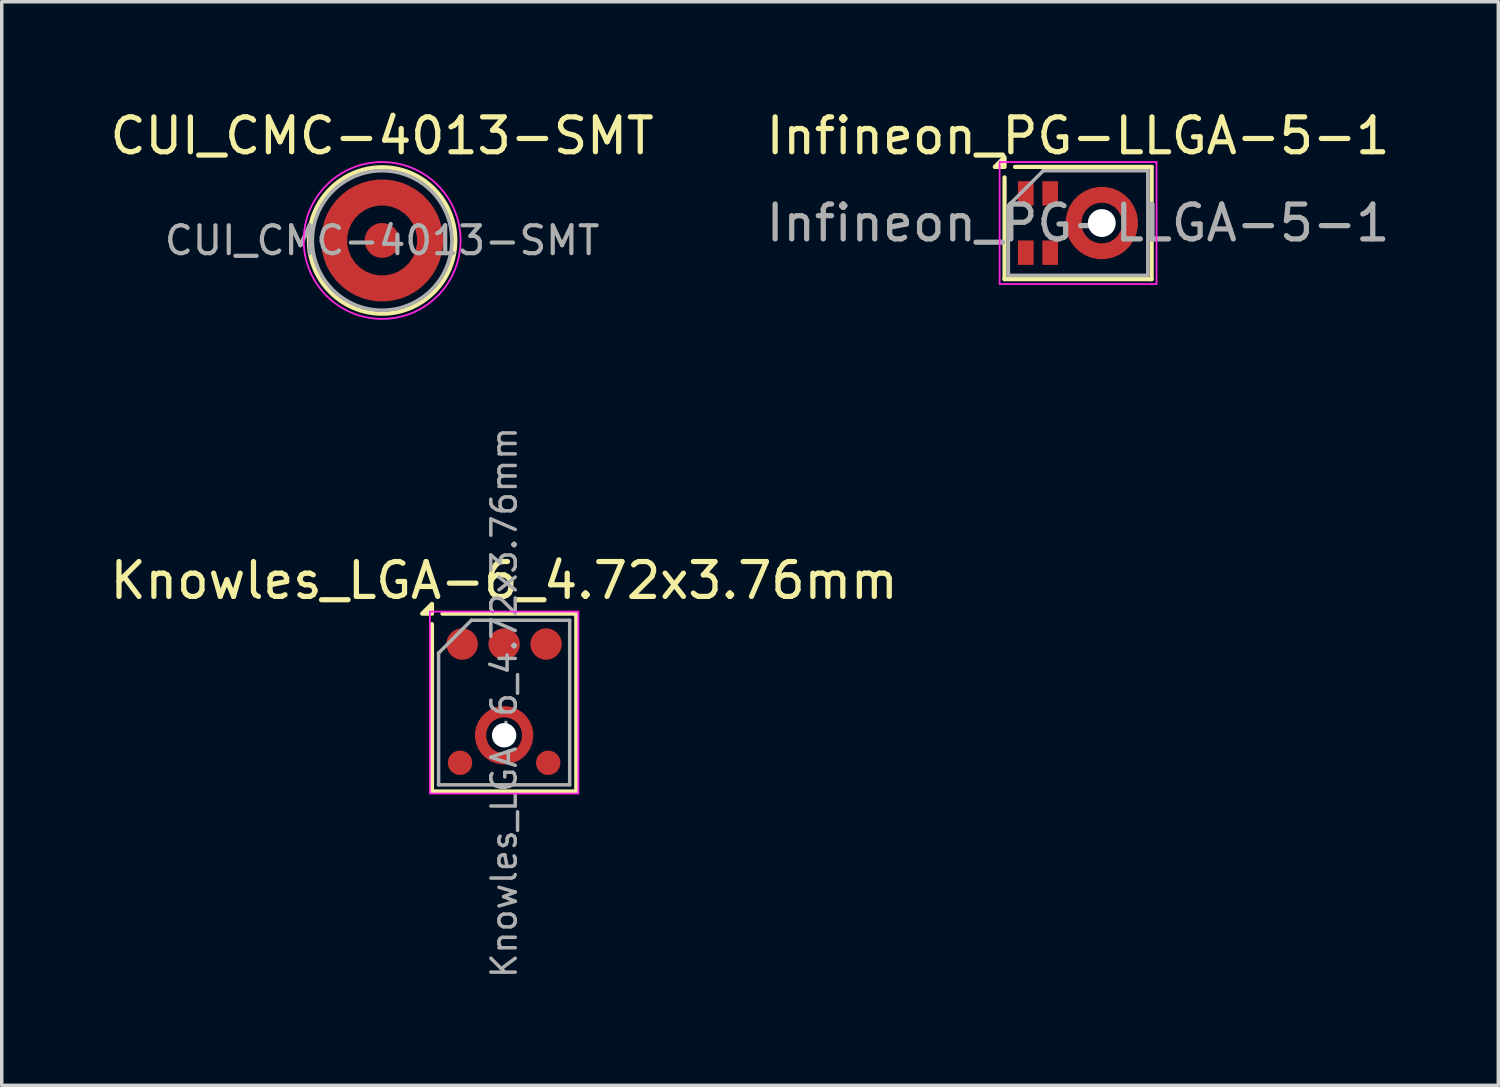
<source format=kicad_pcb>
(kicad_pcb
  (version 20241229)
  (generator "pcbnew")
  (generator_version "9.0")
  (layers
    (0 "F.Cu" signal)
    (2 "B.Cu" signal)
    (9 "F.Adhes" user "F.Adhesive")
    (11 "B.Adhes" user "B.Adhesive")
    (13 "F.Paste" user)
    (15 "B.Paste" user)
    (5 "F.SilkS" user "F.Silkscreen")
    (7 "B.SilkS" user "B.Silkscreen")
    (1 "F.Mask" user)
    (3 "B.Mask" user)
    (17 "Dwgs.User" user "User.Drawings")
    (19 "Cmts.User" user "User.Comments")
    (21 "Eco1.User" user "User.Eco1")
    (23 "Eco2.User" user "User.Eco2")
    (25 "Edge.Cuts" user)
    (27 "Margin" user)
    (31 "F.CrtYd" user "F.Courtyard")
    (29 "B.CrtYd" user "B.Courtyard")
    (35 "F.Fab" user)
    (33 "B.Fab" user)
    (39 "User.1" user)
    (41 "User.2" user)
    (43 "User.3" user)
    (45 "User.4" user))
  (footprint "CUI_CMC-4013-SMT"
    (layer "F.Cu")
    (at 7.911 3.848)
    (property "Reference" "CUI_CMC-4013-SMT" (at 0 -3 0) (layer "F.SilkS") (effects (font (size 1 1) (thickness 0.15))))
    (attr smd)
    (fp_circle (center 0 0) (end 2.1 0) (stroke (width 0.12) (type solid)) (fill no) (layer "F.SilkS"))
    (fp_circle (center 0 0) (end 2.25 0) (stroke (width 0.05) (type solid)) (fill no) (layer "F.CrtYd"))
    (fp_circle (center 0 0) (end 2 0) (stroke (width 0.1) (type solid)) (fill no) (layer "F.Fab"))
    (fp_text user "${REFERENCE}" (at 0 0 0) (layer "F.Fab") (effects (font (size 0.8 0.8) (thickness 0.12))))
    (pad "1" smd custom (at 0 -1.375) (size 0.75 0.75) (layers "F.Cu" "F.Mask" "F.Paste") (options (anchor circle)) (primitives (gr_circle (center 0 1.375) (end 1.375 1.375) (width 0.75) (fill no))))
    (pad "2" smd circle (at 0 0) (size 1 1) (layers "F.Cu" "F.Mask" "F.Paste")))
  (footprint "Infineon_PG-LLGA-5-1"
    (layer "F.Cu")
    (at 27.875 3.348)
    (property "Reference" "Infineon_PG-LLGA-5-1" (at 0 -2.5 0) (layer "F.SilkS") (effects (font (size 1 1) (thickness 0.15))))
    (attr smd)
    (fp_line (start -2.11 1.61) (end -2.11 -1.31) (stroke (width 0.12) (type solid)) (layer "F.SilkS"))
    (fp_line (start -1.81 -1.61) (end 2.11 -1.61) (stroke (width 0.12) (type solid)) (layer "F.SilkS"))
    (fp_line (start 2.11 -1.61) (end 2.11 1.61) (stroke (width 0.12) (type solid)) (layer "F.SilkS"))
    (fp_line (start 2.11 1.61) (end -2.11 1.61) (stroke (width 0.12) (type solid)) (layer "F.SilkS"))
    (fp_poly (pts (xy -2.11 -1.61) (xy -2.39 -1.61) (xy -2.11 -1.89) (xy -2.11 -1.61)) (stroke (width 0.12) (type solid)) (fill yes) (layer "F.SilkS"))
    (fp_line (start -2.25 -1.75) (end 2.25 -1.75) (stroke (width 0.05) (type solid)) (layer "F.CrtYd"))
    (fp_line (start -2.25 1.75) (end -2.25 -1.75) (stroke (width 0.05) (type solid)) (layer "F.CrtYd"))
    (fp_line (start 2.25 -1.75) (end 2.25 1.75) (stroke (width 0.05) (type solid)) (layer "F.CrtYd"))
    (fp_line (start 2.25 1.75) (end -2.25 1.75) (stroke (width 0.05) (type solid)) (layer "F.CrtYd"))
    (fp_line (start -2 -0.5) (end -1 -1.5) (stroke (width 0.1) (type solid)) (layer "F.Fab"))
    (fp_line (start -2 1.5) (end -2 -0.5) (stroke (width 0.1) (type solid)) (layer "F.Fab"))
    (fp_line (start -1 -1.5) (end 2 -1.5) (stroke (width 0.1) (type solid)) (layer "F.Fab"))
    (fp_line (start 2 -1.5) (end 2 1.5) (stroke (width 0.1) (type solid)) (layer "F.Fab"))
    (fp_line (start 2 1.5) (end -2 1.5) (stroke (width 0.1) (type solid)) (layer "F.Fab"))
    (fp_text user "${REFERENCE}" (at 0 0 0) (layer "F.Fab") (effects (font (size 1 1) (thickness 0.15))))
    (pad "" smd custom (at -1.5 -0.725) (size 0.3 0.3) (layers "F.Paste") (options (anchor circle)) (primitives (gr_poly (pts (xy 0.077 -0.435) (xy 0.141 -0.391) (xy 0.185 -0.327) (xy 0.2 -0.25) (xy 0.2 0) (xy 0.185 0.077) (xy 0.141 0.141) (xy 0.077 0.185) (xy 0 0.2) (xy -0.077 0.185) (xy -0.141 0.141) (xy -0.185 0.077) (xy -0.2 0) (xy -0.2 -0.25) (xy -0.185 -0.327) (xy -0.141 -0.391) (xy -0.077 -0.435) (xy 0 -0.45)) (width 0) (fill yes))))
    (pad "" smd custom (at -1.5 0.725) (size 0.3 0.3) (layers "F.Paste") (options (anchor circle)) (primitives (gr_poly (pts (xy 0.077 -0.185) (xy 0.141 -0.141) (xy 0.185 -0.077) (xy 0.2 0) (xy 0.2 0.25) (xy 0.185 0.327) (xy 0.141 0.391) (xy 0.077 0.435) (xy 0 0.45) (xy -0.077 0.435) (xy -0.141 0.391) (xy -0.185 0.327) (xy -0.2 0.25) (xy -0.2 0) (xy -0.185 -0.077) (xy -0.141 -0.141) (xy -0.077 -0.185) (xy 0 -0.2)) (width 0) (fill yes))))
    (pad "" smd custom (at -0.8 -0.725) (size 0.3 0.3) (layers "F.Paste") (options (anchor circle)) (primitives (gr_poly (pts (xy 0.077 -0.435) (xy 0.141 -0.391) (xy 0.185 -0.327) (xy 0.2 -0.25) (xy 0.2 0) (xy 0.185 0.077) (xy 0.141 0.141) (xy 0.077 0.185) (xy 0 0.2) (xy -0.077 0.185) (xy -0.141 0.141) (xy -0.185 0.077) (xy -0.2 0) (xy -0.2 -0.25) (xy -0.185 -0.327) (xy -0.141 -0.391) (xy -0.077 -0.435) (xy 0 -0.45)) (width 0) (fill yes))))
    (pad "" smd custom (at -0.8 0.725) (size 0.3 0.3) (layers "F.Paste") (options (anchor circle)) (primitives (gr_poly (pts (xy 0.077 -0.185) (xy 0.141 -0.141) (xy 0.185 -0.077) (xy 0.2 0) (xy 0.2 0.25) (xy 0.185 0.327) (xy 0.141 0.391) (xy 0.077 0.435) (xy 0 0.45) (xy -0.077 0.435) (xy -0.141 0.391) (xy -0.185 0.327) (xy -0.2 0.25) (xy -0.2 0) (xy -0.185 -0.077) (xy -0.141 -0.141) (xy -0.077 -0.185) (xy 0 -0.2)) (width 0) (fill yes))))
    (pad "" smd custom (at -0.12 0) (size 0.3 0.3) (layers "F.Paste") (options (anchor circle)) (primitives (gr_poly (pts (xy 0.058 -0.359) (xy 0.129 -0.328) (xy 0.184 -0.273) (xy 0.213 -0.2) (xy 0.213 -0.122) (xy 0.2 0) (xy 0.213 0.122) (xy 0.213 0.2) (xy 0.184 0.273) (xy 0.129 0.328) (xy 0.058 0.359) (xy -0.02 0.36) (xy -0.093 0.33) (xy -0.149 0.276) (xy -0.179 0.204) (xy -0.198 0.068) (xy -0.198 -0.068) (xy -0.179 -0.204) (xy -0.149 -0.276) (xy -0.093 -0.33) (xy -0.02 -0.36)) (width 0) (fill yes))))
    (pad "" smd custom (at 0.28 -0.693) (size 0.3 0.3) (layers "F.Paste") (options (anchor circle)) (primitives (gr_poly (pts (xy 0.24 -0.246) (xy 0.301 -0.198) (xy 0.34 -0.13) (xy 0.349 -0.052) (xy 0.328 0.023) (xy 0.28 0.085) (xy 0.212 0.123) (xy 0.1 0.173) (xy 0.000409 0.245) (xy -0.067 0.285) (xy -0.144 0.296) (xy -0.22 0.276) (xy -0.282 0.229) (xy -0.322 0.162) (xy -0.332 0.085) (xy -0.313 0.009) (xy -0.266 -0.053) (xy -0.158 -0.137) (xy -0.04 -0.205) (xy 0.087 -0.257) (xy 0.164 -0.266)) (width 0) (fill yes))))
    (pad "" smd custom (at 0.28 0.693) (size 0.3 0.3) (layers "F.Paste") (options (anchor circle)) (primitives (gr_poly (pts (xy -0.067 -0.285) (xy 0.000389 -0.245) (xy 0.1 -0.173) (xy 0.212 -0.123) (xy 0.28 -0.085) (xy 0.328 -0.023) (xy 0.349 0.052) (xy 0.34 0.13) (xy 0.301 0.197) (xy 0.24 0.246) (xy 0.164 0.266) (xy 0.087 0.257) (xy -0.04 0.205) (xy -0.158 0.137) (xy -0.266 0.053) (xy -0.313 -0.009) (xy -0.332 -0.085) (xy -0.322 -0.162) (xy -0.282 -0.229) (xy -0.22 -0.276) (xy -0.144 -0.296)) (width 0) (fill yes))))
    (pad "" np_thru_hole circle (at 0.68 0) (size 0.8 0.8) (drill 0.8) (layers "*.Cu" "*.Mask"))
    (pad "" smd custom (at 1.08 -0.693) (size 0.3 0.3) (layers "F.Paste") (options (anchor circle)) (primitives (gr_poly (pts (xy -0.087 -0.257) (xy 0.04 -0.205) (xy 0.158 -0.137) (xy 0.266 -0.053) (xy 0.313 0.009) (xy 0.332 0.085) (xy 0.322 0.162) (xy 0.282 0.229) (xy 0.22 0.276) (xy 0.144 0.296) (xy 0.067 0.285) (xy -0.000409 0.245) (xy -0.1 0.173) (xy -0.212 0.123) (xy -0.28 0.085) (xy -0.328 0.023) (xy -0.349 -0.052) (xy -0.34 -0.13) (xy -0.301 -0.198) (xy -0.24 -0.246) (xy -0.164 -0.266)) (width 0) (fill yes))))
    (pad "" smd custom (at 1.08 0.693) (size 0.3 0.3) (layers "F.Paste") (options (anchor circle)) (primitives (gr_poly (pts (xy 0.22 -0.276) (xy 0.282 -0.229) (xy 0.322 -0.162) (xy 0.332 -0.085) (xy 0.313 -0.009) (xy 0.266 0.053) (xy 0.158 0.137) (xy 0.04 0.205) (xy -0.087 0.257) (xy -0.164 0.266) (xy -0.24 0.246) (xy -0.301 0.198) (xy -0.34 0.13) (xy -0.349 0.052) (xy -0.328 -0.023) (xy -0.28 -0.085) (xy -0.212 -0.123) (xy -0.1 -0.173) (xy -0.000411 -0.245) (xy 0.067 -0.285) (xy 0.144 -0.296)) (width 0) (fill yes))))
    (pad "" smd custom (at 1.48 0) (size 0.3 0.3) (layers "F.Paste") (options (anchor circle)) (primitives (gr_poly (pts (xy 0.093 -0.33) (xy 0.149 -0.276) (xy 0.179 -0.204) (xy 0.198 -0.068) (xy 0.198 0.068) (xy 0.179 0.204) (xy 0.149 0.276) (xy 0.093 0.33) (xy 0.02 0.36) (xy -0.058 0.359) (xy -0.129 0.328) (xy -0.184 0.273) (xy -0.213 0.2) (xy -0.213 0.122) (xy -0.2 0) (xy -0.213 -0.122) (xy -0.213 -0.2) (xy -0.184 -0.273) (xy -0.129 -0.328) (xy -0.058 -0.359) (xy 0.02 -0.36)) (width 0) (fill yes))))
    (pad "1" smd rect (at -1.5 -0.85) (size 0.45 0.7) (layers "F.Cu" "F.Mask"))
    (pad "2" smd rect (at -0.8 -0.85) (size 0.45 0.7) (layers "F.Cu" "F.Mask"))
    (pad "3" smd rect (at -1.5 0.85) (size 0.45 0.7) (layers "F.Cu" "F.Mask"))
    (pad "4" smd rect (at -0.8 0.85) (size 0.45 0.7) (layers "F.Cu" "F.Mask"))
    (pad "5" smd custom (at 0.68 -0.81) (size 0.4 0.4) (layers "F.Cu" "F.Mask") (options (anchor circle)) (primitives (gr_circle (center 0 0.81) (end 0.81 0.81) (width 0.46) (fill no)))))
  (footprint "Knowles_LGA-6_4.72x3.76mm"
    (layer "F.Cu")
    (at 11.411 17.103)
    (property "Reference" "Knowles_LGA-6_4.72x3.76mm" (at 0 -3.5 0) (layer "F.SilkS") (effects (font (size 1 1) (thickness 0.15))))
    (attr smd)
    (fp_line (start -2.07 -2.25) (end -2.07 2.55) (stroke (width 0.12) (type solid)) (layer "F.SilkS"))
    (fp_line (start 2.07 -2.55) (end -1.77 -2.55) (stroke (width 0.12) (type solid)) (layer "F.SilkS"))
    (fp_line (start 2.07 -2.55) (end 2.07 2.55) (stroke (width 0.12) (type solid)) (layer "F.SilkS"))
    (fp_line (start 2.07 2.55) (end -2.07 2.55) (stroke (width 0.12) (type solid)) (layer "F.SilkS"))
    (fp_poly (pts (xy -2.07 -2.55) (xy -2.35 -2.55) (xy -2.07 -2.83) (xy -2.07 -2.55)) (stroke (width 0.12) (type solid)) (fill yes) (layer "F.SilkS"))
    (fp_arc (start -0.6073 1.233) (mid -0.675406 0.938) (end -0.6073 0.643) (stroke (width 0.3) (type solid)) (layer "F.Paste"))
    (fp_arc (start -0.295 0.3307) (mid 0 0.262594) (end 0.295 0.3307) (stroke (width 0.3) (type solid)) (layer "F.Paste"))
    (fp_arc (start 0.295 1.5453) (mid 0 1.613406) (end -0.295 1.5453) (stroke (width 0.3255) (type solid)) (layer "F.Paste"))
    (fp_arc (start 0.6073 0.643) (mid 0.675406 0.938) (end 0.6073 1.233) (stroke (width 0.3) (type solid)) (layer "F.Paste"))
    (fp_line (start -2.13 -2.61) (end 2.13 -2.61) (stroke (width 0.05) (type solid)) (layer "F.CrtYd"))
    (fp_line (start -2.13 2.61) (end -2.13 -2.61) (stroke (width 0.05) (type solid)) (layer "F.CrtYd"))
    (fp_line (start 2.13 -2.61) (end 2.13 2.61) (stroke (width 0.05) (type solid)) (layer "F.CrtYd"))
    (fp_line (start 2.13 2.61) (end -2.13 2.61) (stroke (width 0.05) (type solid)) (layer "F.CrtYd"))
    (fp_line (start -1.88 -1.42) (end -0.94 -2.36) (stroke (width 0.1) (type default)) (layer "F.Fab"))
    (fp_line (start -1.88 2.36) (end -1.88 -1.42) (stroke (width 0.1) (type solid)) (layer "F.Fab"))
    (fp_line (start 1.88 -2.36) (end -0.94 -2.36) (stroke (width 0.1) (type solid)) (layer "F.Fab"))
    (fp_line (start 1.88 -2.36) (end 1.88 2.36) (stroke (width 0.1) (type solid)) (layer "F.Fab"))
    (fp_line (start 1.88 2.36) (end -1.88 2.36) (stroke (width 0.1) (type solid)) (layer "F.Fab"))
    (fp_text user "${REFERENCE}" (at 0 0 90) (layer "F.Fab") (effects (font (size 0.7 0.7) (thickness 0.1))))
    (pad "" np_thru_hole circle (at 0 0.938) (size 0.7 0.7) (drill 0.7) (layers "*.Cu" "*.Mask"))
    (pad "1" smd circle (at -1.204 -1.678) (size 0.9 0.9) (layers "F.Cu" "F.Mask" "F.Paste"))
    (pad "2" smd circle (at -1.265 1.728) (size 0.7 0.7) (layers "F.Cu" "F.Mask" "F.Paste"))
    (pad "3" smd custom (at 0 1.613) (size 0.3 0.3) (layers "F.Cu" "F.Mask") (options (anchor circle)) (primitives (gr_circle (center 0 -0.675) (end 0.675 -0.675) (width 0.326) (fill no))))
    (pad "4" smd circle (at 1.265 1.728) (size 0.7 0.7) (layers "F.Cu" "F.Mask" "F.Paste"))
    (pad "5" smd circle (at 1.204 -1.678) (size 0.9 0.9) (layers "F.Cu" "F.Mask" "F.Paste"))
    (pad "6" smd circle (at 0 -1.678) (size 0.9 0.9) (layers "F.Cu" "F.Mask" "F.Paste")))
  (gr_rect
    (start -3 -3)
    (end 39.929 28.083)
    (stroke (width 0.1) (type default))
    (fill no)
    (layer "Edge.Cuts")))
</source>
